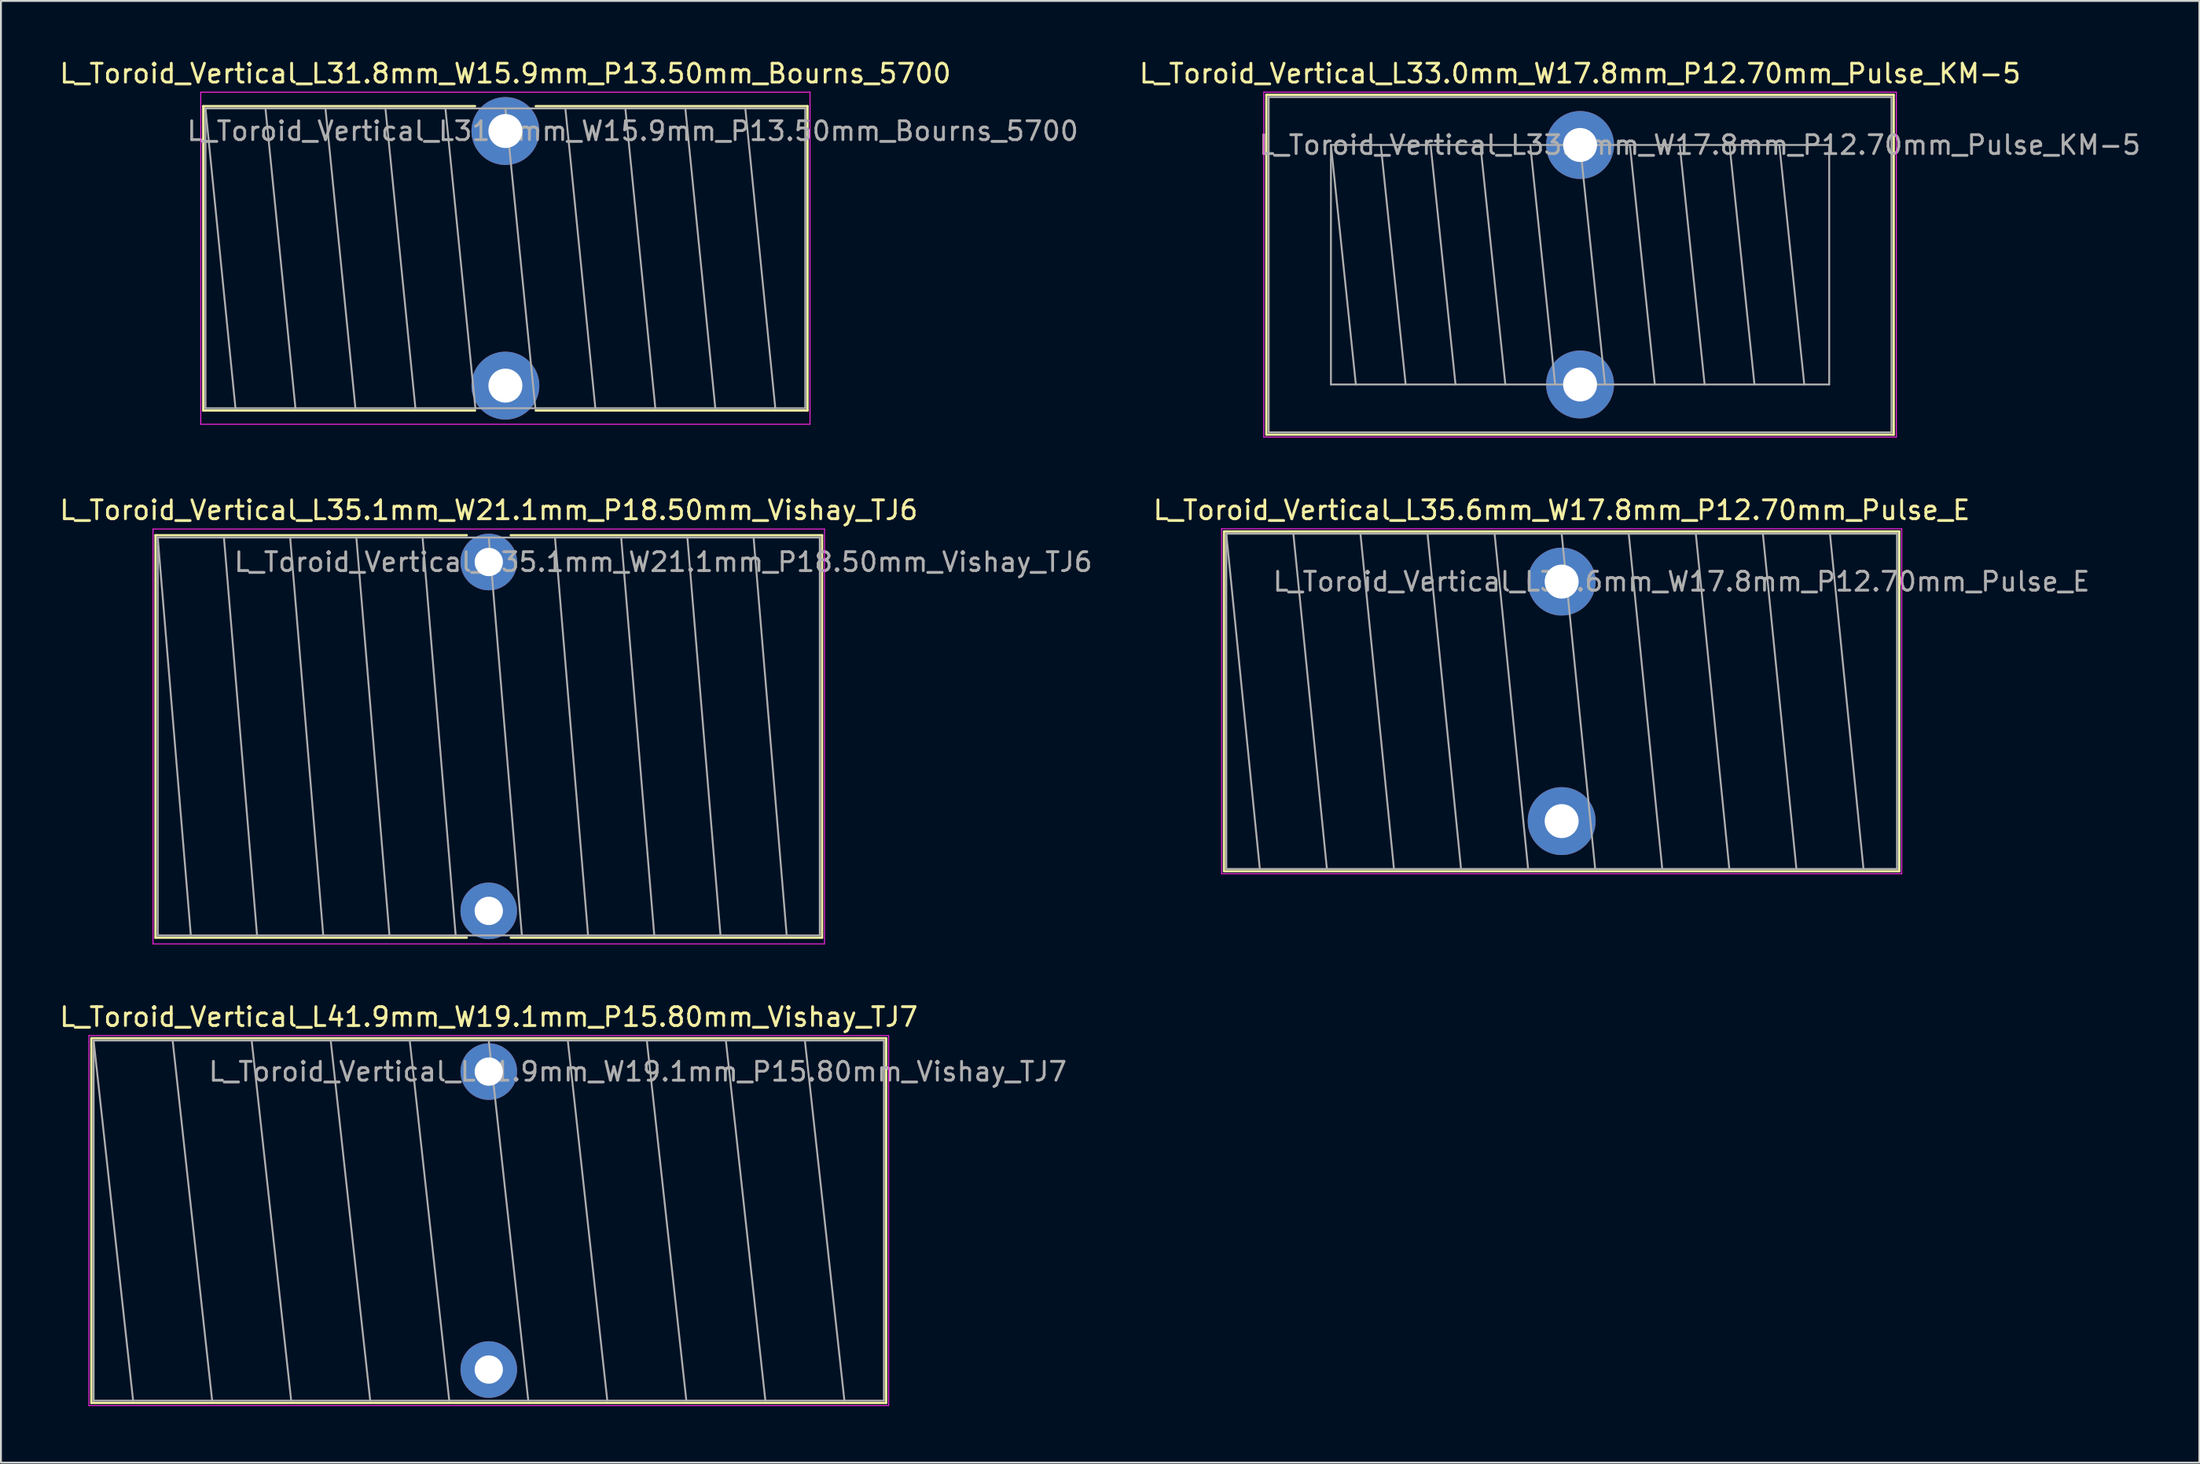
<source format=kicad_pcb>
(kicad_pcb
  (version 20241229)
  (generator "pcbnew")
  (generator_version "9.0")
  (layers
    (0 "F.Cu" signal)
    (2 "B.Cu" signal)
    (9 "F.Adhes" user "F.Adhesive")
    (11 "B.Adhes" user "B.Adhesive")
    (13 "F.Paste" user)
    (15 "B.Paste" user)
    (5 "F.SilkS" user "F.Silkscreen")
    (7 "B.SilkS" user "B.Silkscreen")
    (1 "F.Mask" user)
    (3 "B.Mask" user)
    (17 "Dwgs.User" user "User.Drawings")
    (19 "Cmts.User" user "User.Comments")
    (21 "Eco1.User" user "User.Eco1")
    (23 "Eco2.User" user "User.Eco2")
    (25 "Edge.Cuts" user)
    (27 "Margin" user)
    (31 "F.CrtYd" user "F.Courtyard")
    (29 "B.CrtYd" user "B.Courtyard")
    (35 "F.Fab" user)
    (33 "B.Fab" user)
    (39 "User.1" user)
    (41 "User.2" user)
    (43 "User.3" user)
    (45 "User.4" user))
  (footprint "L_Toroid_Vertical_L35.1mm_W21.1mm_P18.50mm_Vishay_TJ6"
    (layer "F.Cu")
    (at 22.863 26.752)
    (property "Reference" "L_Toroid_Vertical_L35.1mm_W21.1mm_P18.50mm_Vishay_TJ6" (at 0 -2.75 0) (layer "F.SilkS") (effects (font (size 1 1) (thickness 0.15))))
    (attr through_hole)
    (fp_line (start -17.67 -1.42) (end -17.67 19.92) (stroke (width 0.12) (type solid)) (layer "F.SilkS"))
    (fp_line (start -17.67 -1.42) (end -1.166 -1.42) (stroke (width 0.12) (type solid)) (layer "F.SilkS"))
    (fp_line (start -17.67 19.92) (end -1.166 19.92) (stroke (width 0.12) (type solid)) (layer "F.SilkS"))
    (fp_line (start 1.166 -1.42) (end 17.67 -1.42) (stroke (width 0.12) (type solid)) (layer "F.SilkS"))
    (fp_line (start 1.166 19.92) (end 17.67 19.92) (stroke (width 0.12) (type solid)) (layer "F.SilkS"))
    (fp_line (start 17.67 -1.42) (end 17.67 19.92) (stroke (width 0.12) (type solid)) (layer "F.SilkS"))
    (fp_line (start -17.8 -1.75) (end -17.8 20.25) (stroke (width 0.05) (type solid)) (layer "F.CrtYd"))
    (fp_line (start -17.8 20.25) (end 17.8 20.25) (stroke (width 0.05) (type solid)) (layer "F.CrtYd"))
    (fp_line (start 17.8 -1.75) (end -17.8 -1.75) (stroke (width 0.05) (type solid)) (layer "F.CrtYd"))
    (fp_line (start 17.8 20.25) (end 17.8 -1.75) (stroke (width 0.05) (type solid)) (layer "F.CrtYd"))
    (fp_line (start -17.55 -1.3) (end -17.55 19.8) (stroke (width 0.1) (type solid)) (layer "F.Fab"))
    (fp_line (start -17.55 -1.3) (end -15.795 19.8) (stroke (width 0.1) (type solid)) (layer "F.Fab"))
    (fp_line (start -17.55 19.8) (end 17.55 19.8) (stroke (width 0.1) (type solid)) (layer "F.Fab"))
    (fp_line (start -14.04 -1.3) (end -12.285 19.8) (stroke (width 0.1) (type solid)) (layer "F.Fab"))
    (fp_line (start -10.53 -1.3) (end -8.775 19.8) (stroke (width 0.1) (type solid)) (layer "F.Fab"))
    (fp_line (start -7.02 -1.3) (end -5.265 19.8) (stroke (width 0.1) (type solid)) (layer "F.Fab"))
    (fp_line (start -3.51 -1.3) (end -1.755 19.8) (stroke (width 0.1) (type solid)) (layer "F.Fab"))
    (fp_line (start 0 -1.3) (end 1.755 19.8) (stroke (width 0.1) (type solid)) (layer "F.Fab"))
    (fp_line (start 3.51 -1.3) (end 5.265 19.8) (stroke (width 0.1) (type solid)) (layer "F.Fab"))
    (fp_line (start 7.02 -1.3) (end 8.775 19.8) (stroke (width 0.1) (type solid)) (layer "F.Fab"))
    (fp_line (start 10.53 -1.3) (end 12.285 19.8) (stroke (width 0.1) (type solid)) (layer "F.Fab"))
    (fp_line (start 14.04 -1.3) (end 15.795 19.8) (stroke (width 0.1) (type solid)) (layer "F.Fab"))
    (fp_line (start 17.55 -1.3) (end -17.55 -1.3) (stroke (width 0.1) (type solid)) (layer "F.Fab"))
    (fp_line (start 17.55 19.8) (end 17.55 -1.3) (stroke (width 0.1) (type solid)) (layer "F.Fab"))
    (fp_text user "${REFERENCE}" (at 9.25 0 0) (layer "F.Fab") (effects (font (size 1 1) (thickness 0.15))))
    (pad "1" thru_hole circle (at 0 0) (size 3 3) (drill 1.5) (layers "*.Cu" "*.Mask"))
    (pad "2" thru_hole circle (at 0 18.5) (size 3 3) (drill 1.5) (layers "*.Cu" "*.Mask")))
  (footprint "L_Toroid_Vertical_L35.6mm_W17.8mm_P12.70mm_Pulse_E"
    (layer "F.Cu")
    (at 79.744 27.791)
    (property "Reference" "L_Toroid_Vertical_L35.6mm_W17.8mm_P12.70mm_Pulse_E" (at 0 -3.79 0) (layer "F.SilkS") (effects (font (size 1 1) (thickness 0.15))))
    (attr through_hole)
    (fp_line (start -17.9 -2.66) (end -17.9 15.36) (stroke (width 0.12) (type solid)) (layer "F.SilkS"))
    (fp_line (start -17.9 -2.66) (end 17.9 -2.66) (stroke (width 0.12) (type solid)) (layer "F.SilkS"))
    (fp_line (start -17.9 15.36) (end 17.9 15.36) (stroke (width 0.12) (type solid)) (layer "F.SilkS"))
    (fp_line (start 17.9 -2.66) (end 17.9 15.36) (stroke (width 0.12) (type solid)) (layer "F.SilkS"))
    (fp_line (start -18.03 -2.8) (end -18.03 15.49) (stroke (width 0.05) (type solid)) (layer "F.CrtYd"))
    (fp_line (start -18.03 15.49) (end 18.03 15.49) (stroke (width 0.05) (type solid)) (layer "F.CrtYd"))
    (fp_line (start 18.03 -2.8) (end -18.03 -2.8) (stroke (width 0.05) (type solid)) (layer "F.CrtYd"))
    (fp_line (start 18.03 15.49) (end 18.03 -2.8) (stroke (width 0.05) (type solid)) (layer "F.CrtYd"))
    (fp_line (start -17.78 -2.54) (end -17.78 15.24) (stroke (width 0.1) (type solid)) (layer "F.Fab"))
    (fp_line (start -17.78 -2.54) (end -16.002 15.24) (stroke (width 0.1) (type solid)) (layer "F.Fab"))
    (fp_line (start -17.78 15.24) (end 17.78 15.24) (stroke (width 0.1) (type solid)) (layer "F.Fab"))
    (fp_line (start -14.224 -2.54) (end -12.446 15.24) (stroke (width 0.1) (type solid)) (layer "F.Fab"))
    (fp_line (start -10.668 -2.54) (end -8.89 15.24) (stroke (width 0.1) (type solid)) (layer "F.Fab"))
    (fp_line (start -7.112 -2.54) (end -5.334 15.24) (stroke (width 0.1) (type solid)) (layer "F.Fab"))
    (fp_line (start -3.556 -2.54) (end -1.778 15.24) (stroke (width 0.1) (type solid)) (layer "F.Fab"))
    (fp_line (start 0 -2.54) (end 1.778 15.24) (stroke (width 0.1) (type solid)) (layer "F.Fab"))
    (fp_line (start 3.556 -2.54) (end 5.334 15.24) (stroke (width 0.1) (type solid)) (layer "F.Fab"))
    (fp_line (start 7.112 -2.54) (end 8.89 15.24) (stroke (width 0.1) (type solid)) (layer "F.Fab"))
    (fp_line (start 10.668 -2.54) (end 12.446 15.24) (stroke (width 0.1) (type solid)) (layer "F.Fab"))
    (fp_line (start 14.224 -2.54) (end 16.002 15.24) (stroke (width 0.1) (type solid)) (layer "F.Fab"))
    (fp_line (start 17.78 -2.54) (end -17.78 -2.54) (stroke (width 0.1) (type solid)) (layer "F.Fab"))
    (fp_line (start 17.78 15.24) (end 17.78 -2.54) (stroke (width 0.1) (type solid)) (layer "F.Fab"))
    (fp_text user "${REFERENCE}" (at 6.35 0 0) (layer "F.Fab") (effects (font (size 1 1) (thickness 0.15))))
    (pad "1" thru_hole circle (at 0 0) (size 3.6 3.6) (drill 1.8) (layers "*.Cu" "*.Mask"))
    (pad "2" thru_hole circle (at 0 12.7) (size 3.6 3.6) (drill 1.8) (layers "*.Cu" "*.Mask")))
  (footprint "L_Toroid_Vertical_L41.9mm_W19.1mm_P15.80mm_Vishay_TJ7"
    (layer "F.Cu")
    (at 22.863 53.775)
    (property "Reference" "L_Toroid_Vertical_L41.9mm_W19.1mm_P15.80mm_Vishay_TJ7" (at 0 -2.9 0) (layer "F.SilkS") (effects (font (size 1 1) (thickness 0.15))))
    (attr through_hole)
    (fp_line (start -21.07 -1.77) (end -21.07 17.57) (stroke (width 0.12) (type solid)) (layer "F.SilkS"))
    (fp_line (start -21.07 -1.77) (end 21.07 -1.77) (stroke (width 0.12) (type solid)) (layer "F.SilkS"))
    (fp_line (start -21.07 17.57) (end 21.07 17.57) (stroke (width 0.12) (type solid)) (layer "F.SilkS"))
    (fp_line (start 21.07 -1.77) (end 21.07 17.57) (stroke (width 0.12) (type solid)) (layer "F.SilkS"))
    (fp_line (start -21.2 -1.91) (end -21.2 17.71) (stroke (width 0.05) (type solid)) (layer "F.CrtYd"))
    (fp_line (start -21.2 17.71) (end 21.2 17.71) (stroke (width 0.05) (type solid)) (layer "F.CrtYd"))
    (fp_line (start 21.2 -1.91) (end -21.2 -1.91) (stroke (width 0.05) (type solid)) (layer "F.CrtYd"))
    (fp_line (start 21.2 17.71) (end 21.2 -1.91) (stroke (width 0.05) (type solid)) (layer "F.CrtYd"))
    (fp_line (start -20.95 -1.65) (end -20.95 17.45) (stroke (width 0.1) (type solid)) (layer "F.Fab"))
    (fp_line (start -20.95 -1.65) (end -18.855 17.45) (stroke (width 0.1) (type solid)) (layer "F.Fab"))
    (fp_line (start -20.95 17.45) (end 20.95 17.45) (stroke (width 0.1) (type solid)) (layer "F.Fab"))
    (fp_line (start -16.76 -1.65) (end -14.665 17.45) (stroke (width 0.1) (type solid)) (layer "F.Fab"))
    (fp_line (start -12.57 -1.65) (end -10.475 17.45) (stroke (width 0.1) (type solid)) (layer "F.Fab"))
    (fp_line (start -8.38 -1.65) (end -6.285 17.45) (stroke (width 0.1) (type solid)) (layer "F.Fab"))
    (fp_line (start -4.19 -1.65) (end -2.095 17.45) (stroke (width 0.1) (type solid)) (layer "F.Fab"))
    (fp_line (start 0 -1.65) (end 2.095 17.45) (stroke (width 0.1) (type solid)) (layer "F.Fab"))
    (fp_line (start 4.19 -1.65) (end 6.285 17.45) (stroke (width 0.1) (type solid)) (layer "F.Fab"))
    (fp_line (start 8.38 -1.65) (end 10.475 17.45) (stroke (width 0.1) (type solid)) (layer "F.Fab"))
    (fp_line (start 12.57 -1.65) (end 14.665 17.45) (stroke (width 0.1) (type solid)) (layer "F.Fab"))
    (fp_line (start 16.76 -1.65) (end 18.855 17.45) (stroke (width 0.1) (type solid)) (layer "F.Fab"))
    (fp_line (start 20.95 -1.65) (end -20.95 -1.65) (stroke (width 0.1) (type solid)) (layer "F.Fab"))
    (fp_line (start 20.95 17.45) (end 20.95 -1.65) (stroke (width 0.1) (type solid)) (layer "F.Fab"))
    (fp_text user "${REFERENCE}" (at 7.9 0 0) (layer "F.Fab") (effects (font (size 1 1) (thickness 0.15))))
    (pad "1" thru_hole circle (at 0 0) (size 3 3) (drill 1.5) (layers "*.Cu" "*.Mask"))
    (pad "2" thru_hole circle (at 0 15.8) (size 3 3) (drill 1.5) (layers "*.Cu" "*.Mask")))
  (footprint "L_Toroid_Vertical_L31.8mm_W15.9mm_P13.50mm_Bourns_5700"
    (layer "F.Cu")
    (at 23.744 3.898)
    (property "Reference" "L_Toroid_Vertical_L31.8mm_W15.9mm_P13.50mm_Bourns_5700" (at 0 -3.05 0) (layer "F.SilkS") (effects (font (size 1 1) (thickness 0.15))))
    (attr through_hole)
    (fp_line (start -16.02 -1.32) (end -16.02 14.82) (stroke (width 0.12) (type solid)) (layer "F.SilkS"))
    (fp_line (start -16.02 -1.32) (end -1.608 -1.32) (stroke (width 0.12) (type solid)) (layer "F.SilkS"))
    (fp_line (start -16.02 14.82) (end -1.608 14.82) (stroke (width 0.12) (type solid)) (layer "F.SilkS"))
    (fp_line (start 1.608 -1.32) (end 16.02 -1.32) (stroke (width 0.12) (type solid)) (layer "F.SilkS"))
    (fp_line (start 1.608 14.82) (end 16.02 14.82) (stroke (width 0.12) (type solid)) (layer "F.SilkS"))
    (fp_line (start 16.02 -1.32) (end 16.02 14.82) (stroke (width 0.12) (type solid)) (layer "F.SilkS"))
    (fp_line (start -16.15 -2.06) (end -16.15 15.55) (stroke (width 0.05) (type solid)) (layer "F.CrtYd"))
    (fp_line (start -16.15 15.55) (end 16.15 15.55) (stroke (width 0.05) (type solid)) (layer "F.CrtYd"))
    (fp_line (start 16.15 -2.06) (end -16.15 -2.06) (stroke (width 0.05) (type solid)) (layer "F.CrtYd"))
    (fp_line (start 16.15 15.55) (end 16.15 -2.06) (stroke (width 0.05) (type solid)) (layer "F.CrtYd"))
    (fp_line (start -15.9 -1.2) (end -15.9 14.7) (stroke (width 0.1) (type solid)) (layer "F.Fab"))
    (fp_line (start -15.9 -1.2) (end -14.31 14.7) (stroke (width 0.1) (type solid)) (layer "F.Fab"))
    (fp_line (start -15.9 14.7) (end 15.9 14.7) (stroke (width 0.1) (type solid)) (layer "F.Fab"))
    (fp_line (start -12.72 -1.2) (end -11.13 14.7) (stroke (width 0.1) (type solid)) (layer "F.Fab"))
    (fp_line (start -9.54 -1.2) (end -7.95 14.7) (stroke (width 0.1) (type solid)) (layer "F.Fab"))
    (fp_line (start -6.36 -1.2) (end -4.77 14.7) (stroke (width 0.1) (type solid)) (layer "F.Fab"))
    (fp_line (start -3.18 -1.2) (end -1.59 14.7) (stroke (width 0.1) (type solid)) (layer "F.Fab"))
    (fp_line (start 0 -1.2) (end 1.59 14.7) (stroke (width 0.1) (type solid)) (layer "F.Fab"))
    (fp_line (start 3.18 -1.2) (end 4.77 14.7) (stroke (width 0.1) (type solid)) (layer "F.Fab"))
    (fp_line (start 6.36 -1.2) (end 7.95 14.7) (stroke (width 0.1) (type solid)) (layer "F.Fab"))
    (fp_line (start 9.54 -1.2) (end 11.13 14.7) (stroke (width 0.1) (type solid)) (layer "F.Fab"))
    (fp_line (start 12.72 -1.2) (end 14.31 14.7) (stroke (width 0.1) (type solid)) (layer "F.Fab"))
    (fp_line (start 15.9 -1.2) (end -15.9 -1.2) (stroke (width 0.1) (type solid)) (layer "F.Fab"))
    (fp_line (start 15.9 14.7) (end 15.9 -1.2) (stroke (width 0.1) (type solid)) (layer "F.Fab"))
    (fp_text user "${REFERENCE}" (at 6.75 0 0) (layer "F.Fab") (effects (font (size 1 1) (thickness 0.15))))
    (pad "1" thru_hole circle (at 0 0) (size 3.6 3.6) (drill 1.8) (layers "*.Cu" "*.Mask"))
    (pad "2" thru_hole circle (at 0 13.5) (size 3.6 3.6) (drill 1.8) (layers "*.Cu" "*.Mask")))
  (footprint "L_Toroid_Vertical_L33.0mm_W17.8mm_P12.70mm_Pulse_KM-5"
    (layer "F.Cu")
    (at 80.72 4.638)
    (property "Reference" "L_Toroid_Vertical_L33.0mm_W17.8mm_P12.70mm_Pulse_KM-5" (at 0 -3.79 0) (layer "F.SilkS") (effects (font (size 1 1) (thickness 0.15))))
    (attr through_hole)
    (fp_line (start -16.631 -2.66) (end -16.631 15.36) (stroke (width 0.12) (type solid)) (layer "F.SilkS"))
    (fp_line (start -16.631 -2.66) (end 16.631 -2.66) (stroke (width 0.12) (type solid)) (layer "F.SilkS"))
    (fp_line (start -16.631 15.36) (end 16.631 15.36) (stroke (width 0.12) (type solid)) (layer "F.SilkS"))
    (fp_line (start 16.631 -2.66) (end 16.631 15.36) (stroke (width 0.12) (type solid)) (layer "F.SilkS"))
    (fp_line (start -16.77 -2.8) (end -16.77 15.49) (stroke (width 0.05) (type solid)) (layer "F.CrtYd"))
    (fp_line (start -16.77 15.49) (end 16.77 15.49) (stroke (width 0.05) (type solid)) (layer "F.CrtYd"))
    (fp_line (start 16.77 -2.8) (end -16.77 -2.8) (stroke (width 0.05) (type solid)) (layer "F.CrtYd"))
    (fp_line (start 16.77 15.49) (end 16.77 -2.8) (stroke (width 0.05) (type solid)) (layer "F.CrtYd"))
    (fp_line (start -16.51 -2.54) (end -16.51 15.24) (stroke (width 0.1) (type solid)) (layer "F.Fab"))
    (fp_line (start -16.51 15.24) (end 16.51 15.24) (stroke (width 0.1) (type solid)) (layer "F.Fab"))
    (fp_line (start -13.208 0) (end -13.208 12.7) (stroke (width 0.1) (type solid)) (layer "F.Fab"))
    (fp_line (start -13.208 0) (end -11.887 12.7) (stroke (width 0.1) (type solid)) (layer "F.Fab"))
    (fp_line (start -13.208 12.7) (end 13.208 12.7) (stroke (width 0.1) (type solid)) (layer "F.Fab"))
    (fp_line (start -10.566 0) (end -9.246 12.7) (stroke (width 0.1) (type solid)) (layer "F.Fab"))
    (fp_line (start -7.925 0) (end -6.604 12.7) (stroke (width 0.1) (type solid)) (layer "F.Fab"))
    (fp_line (start -5.283 0) (end -3.962 12.7) (stroke (width 0.1) (type solid)) (layer "F.Fab"))
    (fp_line (start -2.642 0) (end -1.321 12.7) (stroke (width 0.1) (type solid)) (layer "F.Fab"))
    (fp_line (start 0 0) (end 1.321 12.7) (stroke (width 0.1) (type solid)) (layer "F.Fab"))
    (fp_line (start 2.642 0) (end 3.962 12.7) (stroke (width 0.1) (type solid)) (layer "F.Fab"))
    (fp_line (start 5.283 0) (end 6.604 12.7) (stroke (width 0.1) (type solid)) (layer "F.Fab"))
    (fp_line (start 7.925 0) (end 9.246 12.7) (stroke (width 0.1) (type solid)) (layer "F.Fab"))
    (fp_line (start 10.566 0) (end 11.887 12.7) (stroke (width 0.1) (type solid)) (layer "F.Fab"))
    (fp_line (start 13.208 0) (end -13.208 0) (stroke (width 0.1) (type solid)) (layer "F.Fab"))
    (fp_line (start 13.208 12.7) (end 13.208 0) (stroke (width 0.1) (type solid)) (layer "F.Fab"))
    (fp_line (start 16.51 -2.54) (end -16.51 -2.54) (stroke (width 0.1) (type solid)) (layer "F.Fab"))
    (fp_line (start 16.51 15.24) (end 16.51 -2.54) (stroke (width 0.1) (type solid)) (layer "F.Fab"))
    (fp_text user "${REFERENCE}" (at 6.35 0 0) (layer "F.Fab") (effects (font (size 1 1) (thickness 0.15))))
    (pad "1" thru_hole circle (at 0 0) (size 3.6 3.6) (drill 1.8) (layers "*.Cu" "*.Mask"))
    (pad "2" thru_hole circle (at 0 12.7) (size 3.6 3.6) (drill 1.8) (layers "*.Cu" "*.Mask")))
  (gr_rect
    (start -3 -3)
    (end 113.552 74.51)
    (stroke (width 0.1) (type default))
    (fill no)
    (layer "Edge.Cuts")))
</source>
